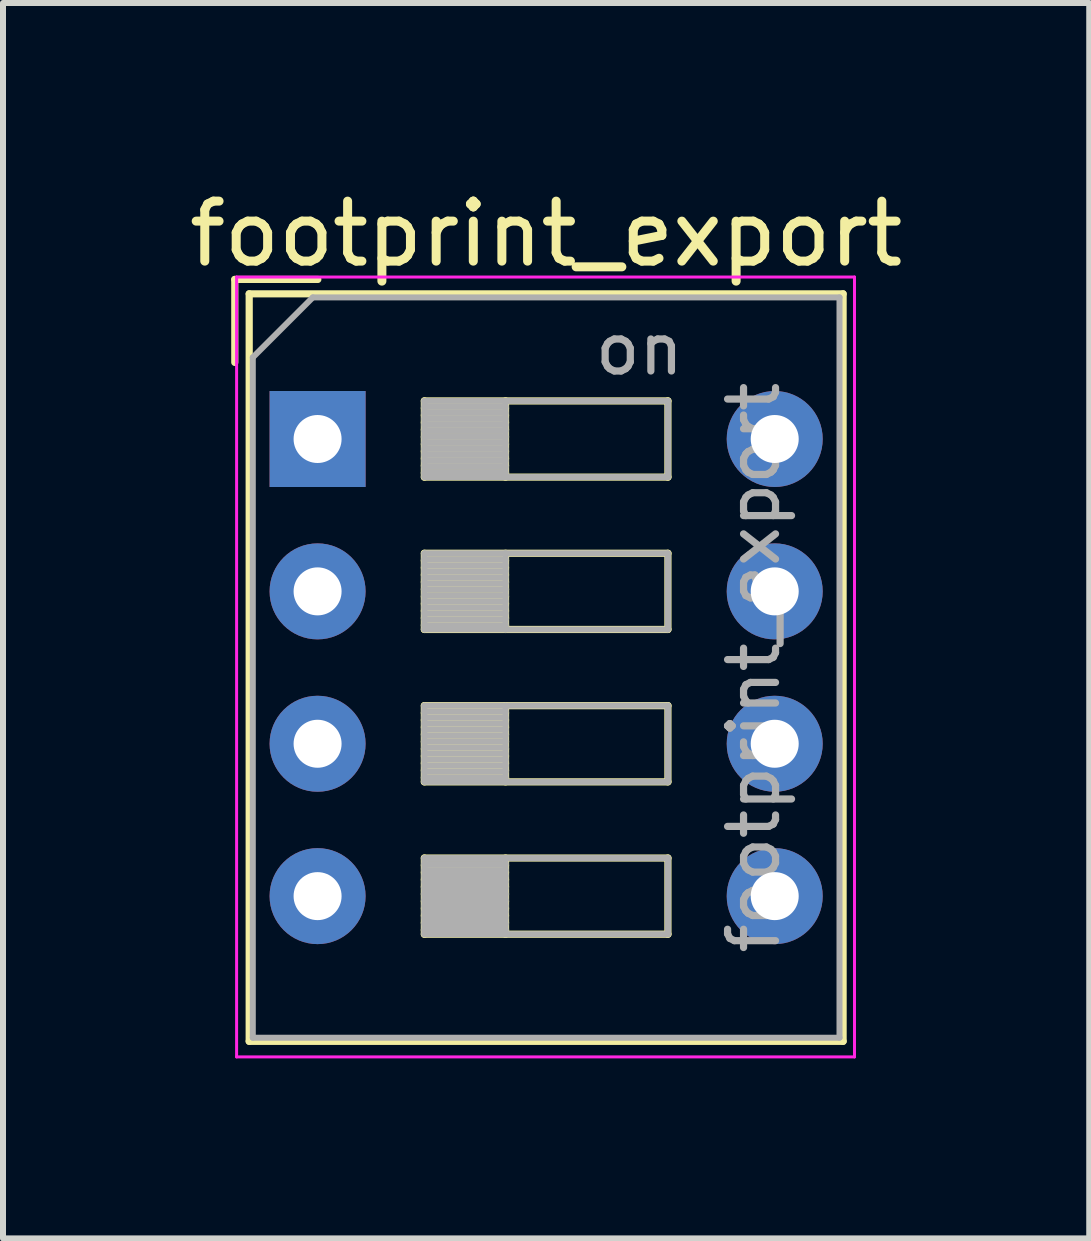
<source format=kicad_pcb>
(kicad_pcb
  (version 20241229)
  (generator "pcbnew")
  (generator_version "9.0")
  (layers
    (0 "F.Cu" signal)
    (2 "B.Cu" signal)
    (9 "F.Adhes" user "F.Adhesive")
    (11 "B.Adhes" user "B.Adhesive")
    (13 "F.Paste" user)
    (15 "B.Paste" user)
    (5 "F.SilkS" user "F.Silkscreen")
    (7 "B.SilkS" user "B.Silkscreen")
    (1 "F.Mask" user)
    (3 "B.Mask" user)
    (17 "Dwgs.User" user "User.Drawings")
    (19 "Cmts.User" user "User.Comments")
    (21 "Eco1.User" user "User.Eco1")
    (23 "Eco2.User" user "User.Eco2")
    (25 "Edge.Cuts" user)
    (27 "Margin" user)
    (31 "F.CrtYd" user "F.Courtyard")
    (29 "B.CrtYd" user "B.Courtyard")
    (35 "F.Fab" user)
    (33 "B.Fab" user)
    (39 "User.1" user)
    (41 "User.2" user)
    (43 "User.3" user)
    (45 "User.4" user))
  (footprint "footprint_export"
    (layer "F.Cu")
    (at 2.244 4.268)
    (property "Reference" "footprint_export" (at 3.81 -3.42 0) (layer "F.SilkS") (effects (font (size 1 1) (thickness 0.15))))
    (attr through_hole)
    (fp_line (start -1.38 -2.66) (end -1.38 -1.277) (stroke (width 0.12) (type solid)) (layer "F.SilkS"))
    (fp_line (start -1.38 -2.66) (end 0.004 -2.66) (stroke (width 0.12) (type solid)) (layer "F.SilkS"))
    (fp_line (start -1.14 -2.42) (end -1.14 10.04) (stroke (width 0.12) (type solid)) (layer "F.SilkS"))
    (fp_line (start -1.14 -2.42) (end 8.76 -2.42) (stroke (width 0.12) (type solid)) (layer "F.SilkS"))
    (fp_line (start -1.14 10.04) (end 8.76 10.04) (stroke (width 0.12) (type solid)) (layer "F.SilkS"))
    (fp_line (start 1.78 -0.635) (end 1.78 0.635) (stroke (width 0.12) (type solid)) (layer "F.SilkS"))
    (fp_line (start 1.78 -0.515) (end 3.133 -0.515) (stroke (width 0.12) (type solid)) (layer "F.SilkS"))
    (fp_line (start 1.78 -0.395) (end 3.133 -0.395) (stroke (width 0.12) (type solid)) (layer "F.SilkS"))
    (fp_line (start 1.78 -0.275) (end 3.133 -0.275) (stroke (width 0.12) (type solid)) (layer "F.SilkS"))
    (fp_line (start 1.78 -0.155) (end 3.133 -0.155) (stroke (width 0.12) (type solid)) (layer "F.SilkS"))
    (fp_line (start 1.78 -0.035) (end 3.133 -0.035) (stroke (width 0.12) (type solid)) (layer "F.SilkS"))
    (fp_line (start 1.78 0.085) (end 3.133 0.085) (stroke (width 0.12) (type solid)) (layer "F.SilkS"))
    (fp_line (start 1.78 0.205) (end 3.133 0.205) (stroke (width 0.12) (type solid)) (layer "F.SilkS"))
    (fp_line (start 1.78 0.325) (end 3.133 0.325) (stroke (width 0.12) (type solid)) (layer "F.SilkS"))
    (fp_line (start 1.78 0.445) (end 3.133 0.445) (stroke (width 0.12) (type solid)) (layer "F.SilkS"))
    (fp_line (start 1.78 0.565) (end 3.133 0.565) (stroke (width 0.12) (type solid)) (layer "F.SilkS"))
    (fp_line (start 1.78 0.635) (end 5.84 0.635) (stroke (width 0.12) (type solid)) (layer "F.SilkS"))
    (fp_line (start 1.78 1.905) (end 1.78 3.175) (stroke (width 0.12) (type solid)) (layer "F.SilkS"))
    (fp_line (start 1.78 2.025) (end 3.133 2.025) (stroke (width 0.12) (type solid)) (layer "F.SilkS"))
    (fp_line (start 1.78 2.145) (end 3.133 2.145) (stroke (width 0.12) (type solid)) (layer "F.SilkS"))
    (fp_line (start 1.78 2.265) (end 3.133 2.265) (stroke (width 0.12) (type solid)) (layer "F.SilkS"))
    (fp_line (start 1.78 2.385) (end 3.133 2.385) (stroke (width 0.12) (type solid)) (layer "F.SilkS"))
    (fp_line (start 1.78 2.505) (end 3.133 2.505) (stroke (width 0.12) (type solid)) (layer "F.SilkS"))
    (fp_line (start 1.78 2.625) (end 3.133 2.625) (stroke (width 0.12) (type solid)) (layer "F.SilkS"))
    (fp_line (start 1.78 2.745) (end 3.133 2.745) (stroke (width 0.12) (type solid)) (layer "F.SilkS"))
    (fp_line (start 1.78 2.865) (end 3.133 2.865) (stroke (width 0.12) (type solid)) (layer "F.SilkS"))
    (fp_line (start 1.78 2.985) (end 3.133 2.985) (stroke (width 0.12) (type solid)) (layer "F.SilkS"))
    (fp_line (start 1.78 3.105) (end 3.133 3.105) (stroke (width 0.12) (type solid)) (layer "F.SilkS"))
    (fp_line (start 1.78 3.175) (end 5.84 3.175) (stroke (width 0.12) (type solid)) (layer "F.SilkS"))
    (fp_line (start 1.78 4.445) (end 1.78 5.715) (stroke (width 0.12) (type solid)) (layer "F.SilkS"))
    (fp_line (start 1.78 4.565) (end 3.133 4.565) (stroke (width 0.12) (type solid)) (layer "F.SilkS"))
    (fp_line (start 1.78 4.685) (end 3.133 4.685) (stroke (width 0.12) (type solid)) (layer "F.SilkS"))
    (fp_line (start 1.78 4.805) (end 3.133 4.805) (stroke (width 0.12) (type solid)) (layer "F.SilkS"))
    (fp_line (start 1.78 4.925) (end 3.133 4.925) (stroke (width 0.12) (type solid)) (layer "F.SilkS"))
    (fp_line (start 1.78 5.045) (end 3.133 5.045) (stroke (width 0.12) (type solid)) (layer "F.SilkS"))
    (fp_line (start 1.78 5.165) (end 3.133 5.165) (stroke (width 0.12) (type solid)) (layer "F.SilkS"))
    (fp_line (start 1.78 5.285) (end 3.133 5.285) (stroke (width 0.12) (type solid)) (layer "F.SilkS"))
    (fp_line (start 1.78 5.405) (end 3.133 5.405) (stroke (width 0.12) (type solid)) (layer "F.SilkS"))
    (fp_line (start 1.78 5.525) (end 3.133 5.525) (stroke (width 0.12) (type solid)) (layer "F.SilkS"))
    (fp_line (start 1.78 5.645) (end 3.133 5.645) (stroke (width 0.12) (type solid)) (layer "F.SilkS"))
    (fp_line (start 1.78 5.715) (end 5.84 5.715) (stroke (width 0.12) (type solid)) (layer "F.SilkS"))
    (fp_line (start 1.78 6.985) (end 1.78 8.255) (stroke (width 0.12) (type solid)) (layer "F.SilkS"))
    (fp_line (start 1.78 7.105) (end 3.133 7.105) (stroke (width 0.12) (type solid)) (layer "F.SilkS"))
    (fp_line (start 1.78 7.225) (end 3.133 7.225) (stroke (width 0.12) (type solid)) (layer "F.SilkS"))
    (fp_line (start 1.78 7.345) (end 3.133 7.345) (stroke (width 0.12) (type solid)) (layer "F.SilkS"))
    (fp_line (start 1.78 7.465) (end 3.133 7.465) (stroke (width 0.12) (type solid)) (layer "F.SilkS"))
    (fp_line (start 1.78 7.585) (end 3.133 7.585) (stroke (width 0.12) (type solid)) (layer "F.SilkS"))
    (fp_line (start 1.78 7.705) (end 3.133 7.705) (stroke (width 0.12) (type solid)) (layer "F.SilkS"))
    (fp_line (start 1.78 7.825) (end 3.133 7.825) (stroke (width 0.12) (type solid)) (layer "F.SilkS"))
    (fp_line (start 1.78 7.945) (end 3.133 7.945) (stroke (width 0.12) (type solid)) (layer "F.SilkS"))
    (fp_line (start 1.78 8.065) (end 3.133 8.065) (stroke (width 0.12) (type solid)) (layer "F.SilkS"))
    (fp_line (start 1.78 8.185) (end 3.133 8.185) (stroke (width 0.12) (type solid)) (layer "F.SilkS"))
    (fp_line (start 1.78 8.255) (end 5.84 8.255) (stroke (width 0.12) (type solid)) (layer "F.SilkS"))
    (fp_line (start 3.133 -0.635) (end 3.133 0.635) (stroke (width 0.12) (type solid)) (layer "F.SilkS"))
    (fp_line (start 3.133 1.905) (end 3.133 3.175) (stroke (width 0.12) (type solid)) (layer "F.SilkS"))
    (fp_line (start 3.133 4.445) (end 3.133 5.715) (stroke (width 0.12) (type solid)) (layer "F.SilkS"))
    (fp_line (start 3.133 6.985) (end 3.133 8.255) (stroke (width 0.12) (type solid)) (layer "F.SilkS"))
    (fp_line (start 5.84 -0.635) (end 1.78 -0.635) (stroke (width 0.12) (type solid)) (layer "F.SilkS"))
    (fp_line (start 5.84 0.635) (end 5.84 -0.635) (stroke (width 0.12) (type solid)) (layer "F.SilkS"))
    (fp_line (start 5.84 1.905) (end 1.78 1.905) (stroke (width 0.12) (type solid)) (layer "F.SilkS"))
    (fp_line (start 5.84 3.175) (end 5.84 1.905) (stroke (width 0.12) (type solid)) (layer "F.SilkS"))
    (fp_line (start 5.84 4.445) (end 1.78 4.445) (stroke (width 0.12) (type solid)) (layer "F.SilkS"))
    (fp_line (start 5.84 5.715) (end 5.84 4.445) (stroke (width 0.12) (type solid)) (layer "F.SilkS"))
    (fp_line (start 5.84 6.985) (end 1.78 6.985) (stroke (width 0.12) (type solid)) (layer "F.SilkS"))
    (fp_line (start 5.84 8.255) (end 5.84 6.985) (stroke (width 0.12) (type solid)) (layer "F.SilkS"))
    (fp_line (start 8.76 -2.42) (end 8.76 10.04) (stroke (width 0.12) (type solid)) (layer "F.SilkS"))
    (fp_line (start -1.35 -2.7) (end -1.35 10.3) (stroke (width 0.05) (type solid)) (layer "F.CrtYd"))
    (fp_line (start -1.35 10.3) (end 8.95 10.3) (stroke (width 0.05) (type solid)) (layer "F.CrtYd"))
    (fp_line (start 8.95 -2.7) (end -1.35 -2.7) (stroke (width 0.05) (type solid)) (layer "F.CrtYd"))
    (fp_line (start 8.95 10.3) (end 8.95 -2.7) (stroke (width 0.05) (type solid)) (layer "F.CrtYd"))
    (fp_line (start -1.08 -1.36) (end -0.08 -2.36) (stroke (width 0.1) (type solid)) (layer "F.Fab"))
    (fp_line (start -1.08 9.98) (end -1.08 -1.36) (stroke (width 0.1) (type solid)) (layer "F.Fab"))
    (fp_line (start -0.08 -2.36) (end 8.7 -2.36) (stroke (width 0.1) (type solid)) (layer "F.Fab"))
    (fp_line (start 1.78 -0.635) (end 1.78 0.635) (stroke (width 0.1) (type solid)) (layer "F.Fab"))
    (fp_line (start 1.78 -0.535) (end 3.133 -0.535) (stroke (width 0.1) (type solid)) (layer "F.Fab"))
    (fp_line (start 1.78 -0.435) (end 3.133 -0.435) (stroke (width 0.1) (type solid)) (layer "F.Fab"))
    (fp_line (start 1.78 -0.335) (end 3.133 -0.335) (stroke (width 0.1) (type solid)) (layer "F.Fab"))
    (fp_line (start 1.78 -0.235) (end 3.133 -0.235) (stroke (width 0.1) (type solid)) (layer "F.Fab"))
    (fp_line (start 1.78 -0.135) (end 3.133 -0.135) (stroke (width 0.1) (type solid)) (layer "F.Fab"))
    (fp_line (start 1.78 -0.035) (end 3.133 -0.035) (stroke (width 0.1) (type solid)) (layer "F.Fab"))
    (fp_line (start 1.78 0.065) (end 3.133 0.065) (stroke (width 0.1) (type solid)) (layer "F.Fab"))
    (fp_line (start 1.78 0.165) (end 3.133 0.165) (stroke (width 0.1) (type solid)) (layer "F.Fab"))
    (fp_line (start 1.78 0.265) (end 3.133 0.265) (stroke (width 0.1) (type solid)) (layer "F.Fab"))
    (fp_line (start 1.78 0.365) (end 3.133 0.365) (stroke (width 0.1) (type solid)) (layer "F.Fab"))
    (fp_line (start 1.78 0.465) (end 3.133 0.465) (stroke (width 0.1) (type solid)) (layer "F.Fab"))
    (fp_line (start 1.78 0.565) (end 3.133 0.565) (stroke (width 0.1) (type solid)) (layer "F.Fab"))
    (fp_line (start 1.78 0.635) (end 5.84 0.635) (stroke (width 0.1) (type solid)) (layer "F.Fab"))
    (fp_line (start 1.78 1.905) (end 1.78 3.175) (stroke (width 0.1) (type solid)) (layer "F.Fab"))
    (fp_line (start 1.78 2.005) (end 3.133 2.005) (stroke (width 0.1) (type solid)) (layer "F.Fab"))
    (fp_line (start 1.78 2.105) (end 3.133 2.105) (stroke (width 0.1) (type solid)) (layer "F.Fab"))
    (fp_line (start 1.78 2.205) (end 3.133 2.205) (stroke (width 0.1) (type solid)) (layer "F.Fab"))
    (fp_line (start 1.78 2.305) (end 3.133 2.305) (stroke (width 0.1) (type solid)) (layer "F.Fab"))
    (fp_line (start 1.78 2.405) (end 3.133 2.405) (stroke (width 0.1) (type solid)) (layer "F.Fab"))
    (fp_line (start 1.78 2.505) (end 3.133 2.505) (stroke (width 0.1) (type solid)) (layer "F.Fab"))
    (fp_line (start 1.78 2.605) (end 3.133 2.605) (stroke (width 0.1) (type solid)) (layer "F.Fab"))
    (fp_line (start 1.78 2.705) (end 3.133 2.705) (stroke (width 0.1) (type solid)) (layer "F.Fab"))
    (fp_line (start 1.78 2.805) (end 3.133 2.805) (stroke (width 0.1) (type solid)) (layer "F.Fab"))
    (fp_line (start 1.78 2.905) (end 3.133 2.905) (stroke (width 0.1) (type solid)) (layer "F.Fab"))
    (fp_line (start 1.78 3.005) (end 3.133 3.005) (stroke (width 0.1) (type solid)) (layer "F.Fab"))
    (fp_line (start 1.78 3.105) (end 3.133 3.105) (stroke (width 0.1) (type solid)) (layer "F.Fab"))
    (fp_line (start 1.78 3.175) (end 5.84 3.175) (stroke (width 0.1) (type solid)) (layer "F.Fab"))
    (fp_line (start 1.78 4.445) (end 1.78 5.715) (stroke (width 0.1) (type solid)) (layer "F.Fab"))
    (fp_line (start 1.78 4.545) (end 3.133 4.545) (stroke (width 0.1) (type solid)) (layer "F.Fab"))
    (fp_line (start 1.78 4.645) (end 3.133 4.645) (stroke (width 0.1) (type solid)) (layer "F.Fab"))
    (fp_line (start 1.78 4.745) (end 3.133 4.745) (stroke (width 0.1) (type solid)) (layer "F.Fab"))
    (fp_line (start 1.78 4.845) (end 3.133 4.845) (stroke (width 0.1) (type solid)) (layer "F.Fab"))
    (fp_line (start 1.78 4.945) (end 3.133 4.945) (stroke (width 0.1) (type solid)) (layer "F.Fab"))
    (fp_line (start 1.78 5.045) (end 3.133 5.045) (stroke (width 0.1) (type solid)) (layer "F.Fab"))
    (fp_line (start 1.78 5.145) (end 3.133 5.145) (stroke (width 0.1) (type solid)) (layer "F.Fab"))
    (fp_line (start 1.78 5.245) (end 3.133 5.245) (stroke (width 0.1) (type solid)) (layer "F.Fab"))
    (fp_line (start 1.78 5.345) (end 3.133 5.345) (stroke (width 0.1) (type solid)) (layer "F.Fab"))
    (fp_line (start 1.78 5.445) (end 3.133 5.445) (stroke (width 0.1) (type solid)) (layer "F.Fab"))
    (fp_line (start 1.78 5.545) (end 3.133 5.545) (stroke (width 0.1) (type solid)) (layer "F.Fab"))
    (fp_line (start 1.78 5.645) (end 3.133 5.645) (stroke (width 0.1) (type solid)) (layer "F.Fab"))
    (fp_line (start 1.78 5.715) (end 5.84 5.715) (stroke (width 0.1) (type solid)) (layer "F.Fab"))
    (fp_line (start 1.78 6.985) (end 1.78 8.255) (stroke (width 0.1) (type solid)) (layer "F.Fab"))
    (fp_line (start 1.78 7.085) (end 3.133 7.085) (stroke (width 0.1) (type solid)) (layer "F.Fab"))
    (fp_line (start 1.78 7.185) (end 3.133 7.185) (stroke (width 0.1) (type solid)) (layer "F.Fab"))
    (fp_line (start 1.78 7.285) (end 3.133 7.285) (stroke (width 0.1) (type solid)) (layer "F.Fab"))
    (fp_line (start 1.78 7.385) (end 3.133 7.385) (stroke (width 0.1) (type solid)) (layer "F.Fab"))
    (fp_line (start 1.78 7.485) (end 3.133 7.485) (stroke (width 0.1) (type solid)) (layer "F.Fab"))
    (fp_line (start 1.78 7.585) (end 3.133 7.585) (stroke (width 0.1) (type solid)) (layer "F.Fab"))
    (fp_line (start 1.78 7.685) (end 3.133 7.685) (stroke (width 0.1) (type solid)) (layer "F.Fab"))
    (fp_line (start 1.78 7.785) (end 3.133 7.785) (stroke (width 0.1) (type solid)) (layer "F.Fab"))
    (fp_line (start 1.78 7.885) (end 3.133 7.885) (stroke (width 0.1) (type solid)) (layer "F.Fab"))
    (fp_line (start 1.78 7.985) (end 3.133 7.985) (stroke (width 0.1) (type solid)) (layer "F.Fab"))
    (fp_line (start 1.78 8.085) (end 3.133 8.085) (stroke (width 0.1) (type solid)) (layer "F.Fab"))
    (fp_line (start 1.78 8.185) (end 3.133 8.185) (stroke (width 0.1) (type solid)) (layer "F.Fab"))
    (fp_line (start 1.78 8.255) (end 5.84 8.255) (stroke (width 0.1) (type solid)) (layer "F.Fab"))
    (fp_line (start 3.133 -0.635) (end 3.133 0.635) (stroke (width 0.1) (type solid)) (layer "F.Fab"))
    (fp_line (start 3.133 1.905) (end 3.133 3.175) (stroke (width 0.1) (type solid)) (layer "F.Fab"))
    (fp_line (start 3.133 4.445) (end 3.133 5.715) (stroke (width 0.1) (type solid)) (layer "F.Fab"))
    (fp_line (start 3.133 6.985) (end 3.133 8.255) (stroke (width 0.1) (type solid)) (layer "F.Fab"))
    (fp_line (start 5.84 -0.635) (end 1.78 -0.635) (stroke (width 0.1) (type solid)) (layer "F.Fab"))
    (fp_line (start 5.84 0.635) (end 5.84 -0.635) (stroke (width 0.1) (type solid)) (layer "F.Fab"))
    (fp_line (start 5.84 1.905) (end 1.78 1.905) (stroke (width 0.1) (type solid)) (layer "F.Fab"))
    (fp_line (start 5.84 3.175) (end 5.84 1.905) (stroke (width 0.1) (type solid)) (layer "F.Fab"))
    (fp_line (start 5.84 4.445) (end 1.78 4.445) (stroke (width 0.1) (type solid)) (layer "F.Fab"))
    (fp_line (start 5.84 5.715) (end 5.84 4.445) (stroke (width 0.1) (type solid)) (layer "F.Fab"))
    (fp_line (start 5.84 6.985) (end 1.78 6.985) (stroke (width 0.1) (type solid)) (layer "F.Fab"))
    (fp_line (start 5.84 8.255) (end 5.84 6.985) (stroke (width 0.1) (type solid)) (layer "F.Fab"))
    (fp_line (start 8.7 -2.36) (end 8.7 9.98) (stroke (width 0.1) (type solid)) (layer "F.Fab"))
    (fp_line (start 8.7 9.98) (end -1.08 9.98) (stroke (width 0.1) (type solid)) (layer "F.Fab"))
    (fp_text user "on" (at 5.365 -1.498 0) (layer "F.Fab") (effects (font (size 0.8 0.8) (thickness 0.12))))
    (fp_text user "${REFERENCE}" (at 7.27 3.81 90) (layer "F.Fab") (effects (font (size 0.8 0.8) (thickness 0.12))))
    (pad "1" thru_hole rect (at 0 0) (size 1.6 1.6) (drill 0.8) (layers "*.Cu" "*.Mask"))
    (pad "2" thru_hole oval (at 0 2.54) (size 1.6 1.6) (drill 0.8) (layers "*.Cu" "*.Mask"))
    (pad "3" thru_hole oval (at 0 5.08) (size 1.6 1.6) (drill 0.8) (layers "*.Cu" "*.Mask"))
    (pad "4" thru_hole oval (at 0 7.62) (size 1.6 1.6) (drill 0.8) (layers "*.Cu" "*.Mask"))
    (pad "5" thru_hole oval (at 7.62 7.62) (size 1.6 1.6) (drill 0.8) (layers "*.Cu" "*.Mask"))
    (pad "6" thru_hole oval (at 7.62 5.08) (size 1.6 1.6) (drill 0.8) (layers "*.Cu" "*.Mask"))
    (pad "7" thru_hole oval (at 7.62 2.54) (size 1.6 1.6) (drill 0.8) (layers "*.Cu" "*.Mask"))
    (pad "8" thru_hole oval (at 7.62 0) (size 1.6 1.6) (drill 0.8) (layers "*.Cu" "*.Mask")))
  (gr_rect
    (start -3 -3)
    (end 15.107 17.593)
    (stroke (width 0.1) (type default))
    (fill no)
    (layer "Edge.Cuts")))
</source>
